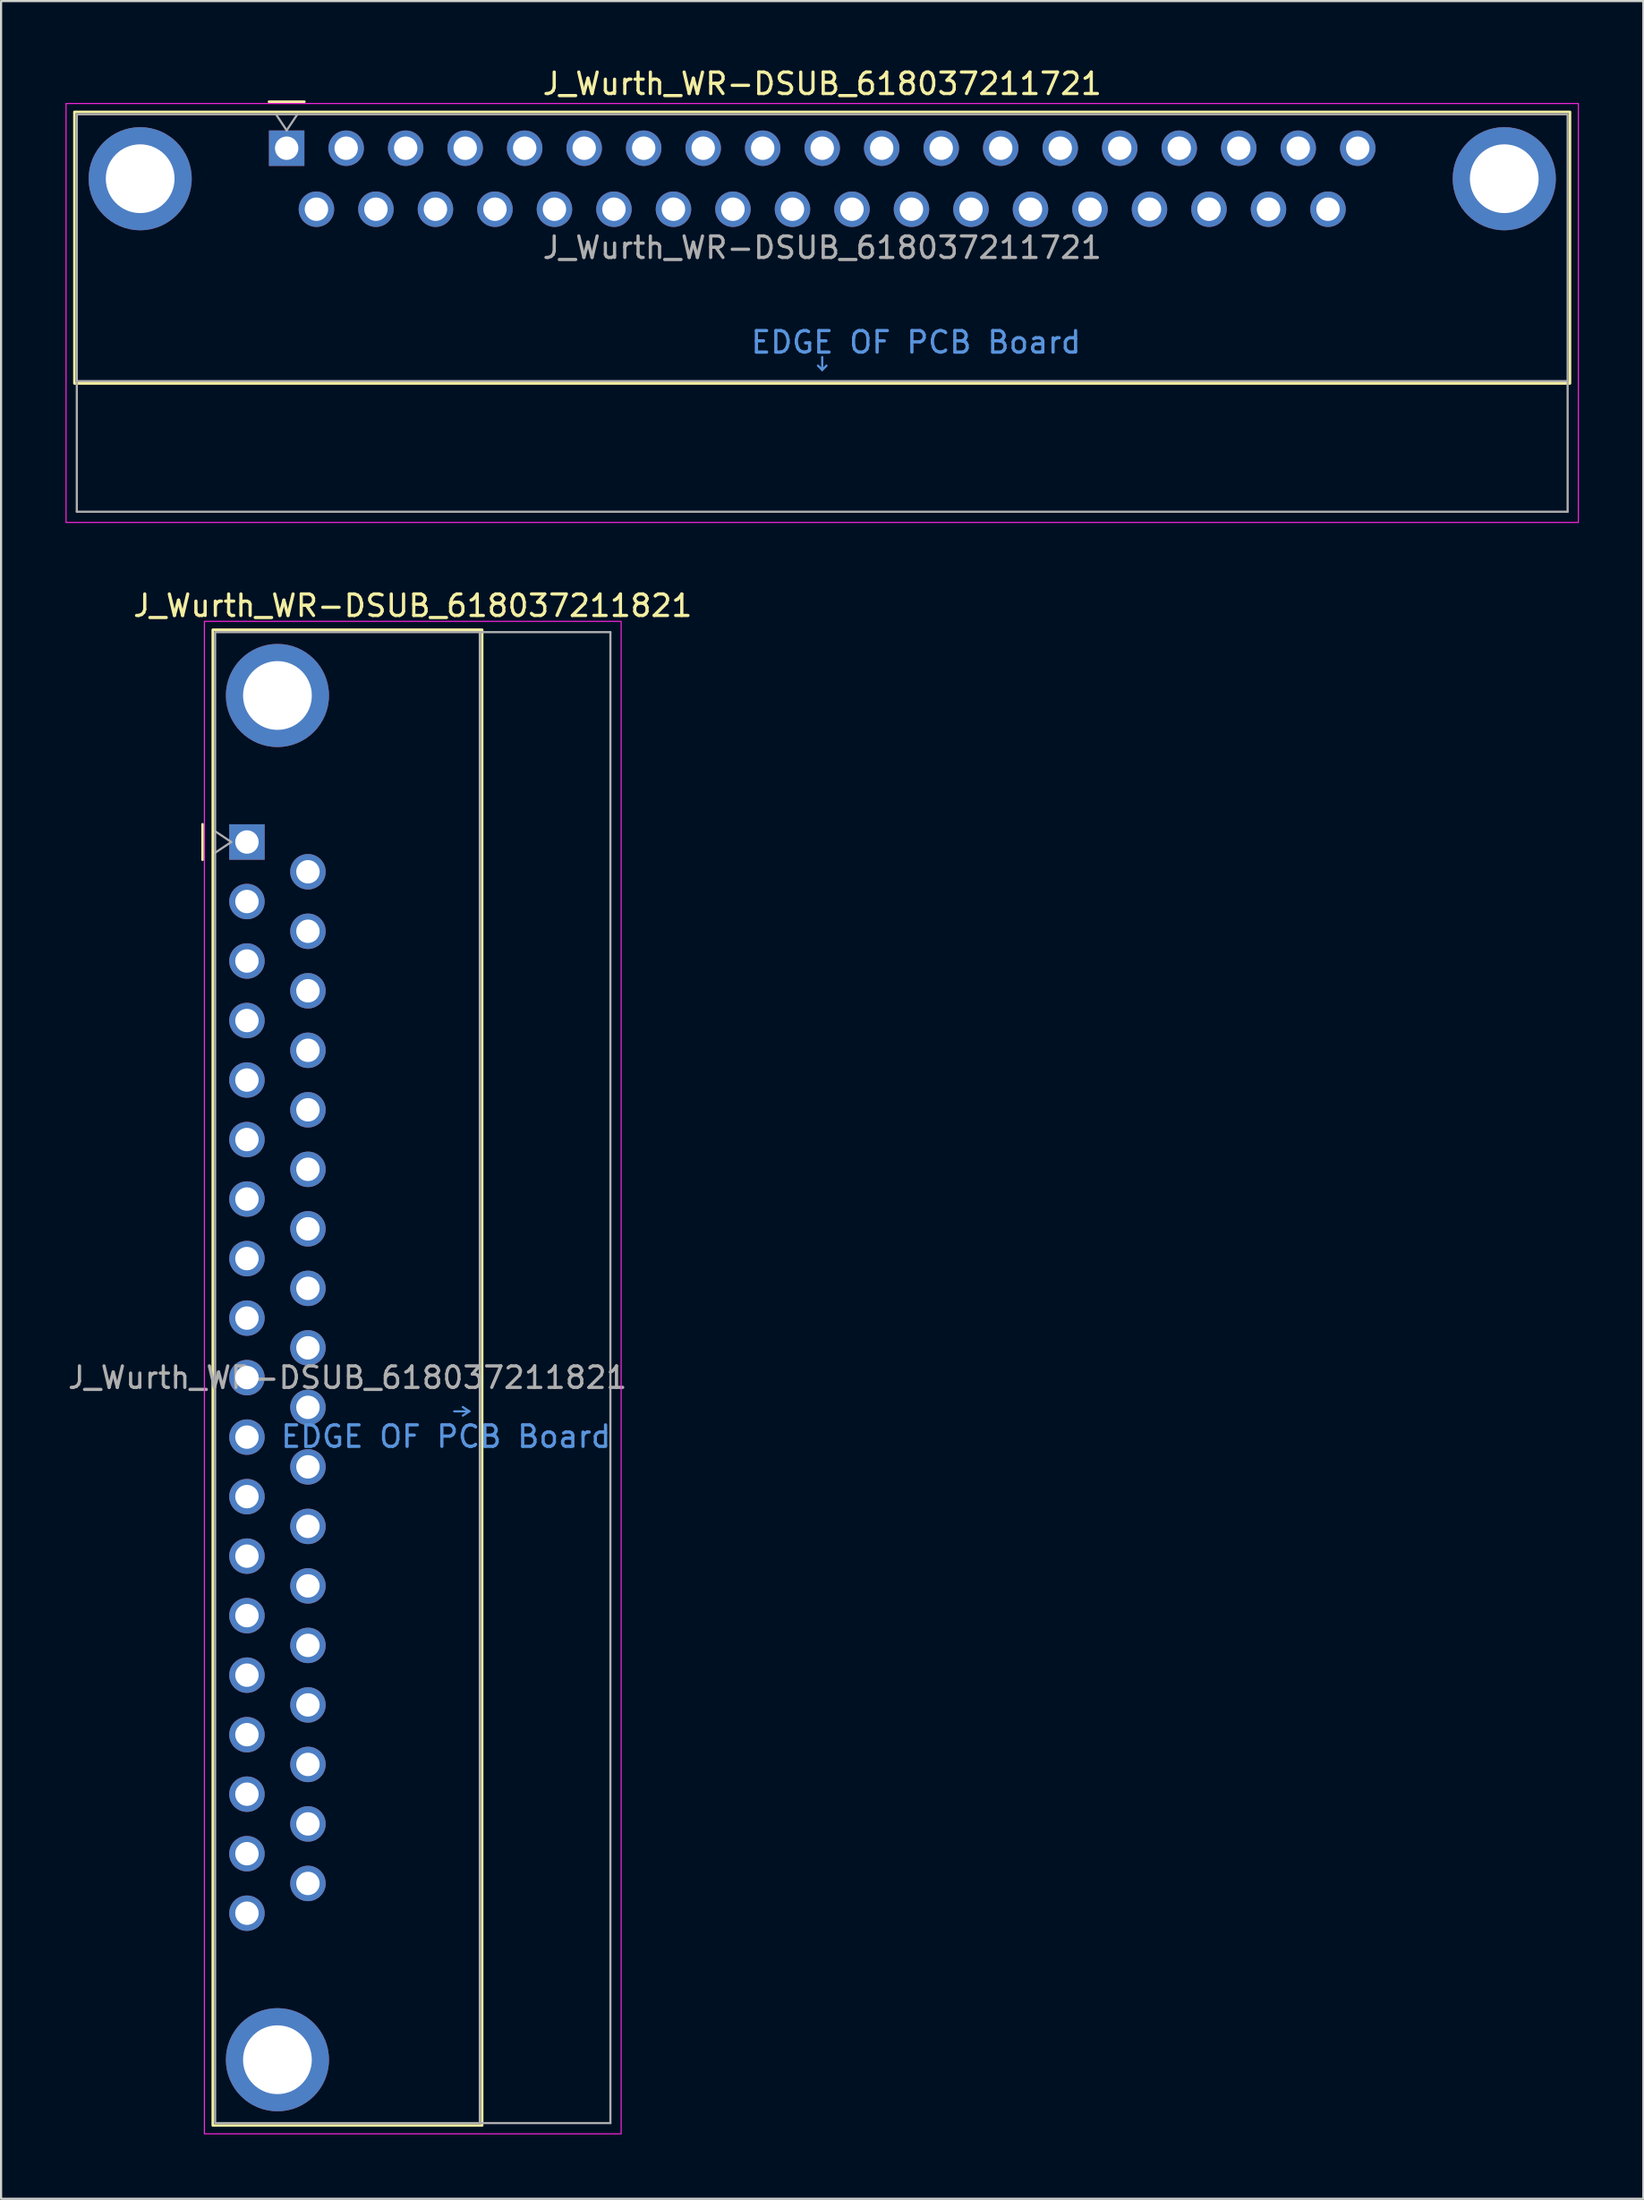
<source format=kicad_pcb>
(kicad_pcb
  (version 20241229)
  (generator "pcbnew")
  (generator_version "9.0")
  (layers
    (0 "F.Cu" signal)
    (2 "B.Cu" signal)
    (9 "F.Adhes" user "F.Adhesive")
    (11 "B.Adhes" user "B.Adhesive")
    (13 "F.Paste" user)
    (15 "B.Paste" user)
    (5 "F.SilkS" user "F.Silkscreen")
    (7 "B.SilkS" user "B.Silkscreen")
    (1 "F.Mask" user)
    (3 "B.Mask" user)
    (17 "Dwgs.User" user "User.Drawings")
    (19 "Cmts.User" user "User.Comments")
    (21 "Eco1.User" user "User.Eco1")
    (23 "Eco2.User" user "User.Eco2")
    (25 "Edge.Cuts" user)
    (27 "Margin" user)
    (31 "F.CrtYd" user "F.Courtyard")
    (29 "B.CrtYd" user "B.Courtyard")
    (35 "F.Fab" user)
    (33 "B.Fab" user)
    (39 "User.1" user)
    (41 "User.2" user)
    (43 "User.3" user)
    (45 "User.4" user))
  (footprint "J_Wurth_WR-DSUB_618037211821"
    (layer "F.Cu")
    (at 8.445 36.142)
    (property "Reference" "J_Wurth_WR-DSUB_618037211821" (at 7.72 -11 0) (unlocked yes) (layer "F.SilkS") (effects (font (size 1 1) (thickness 0.15))))
    (attr through_hole)
    (fp_line (start -2.065 -0.825) (end -2.065 0.825) (stroke (width 0.12) (type solid)) (layer "F.SilkS"))
    (fp_rect (start -1.59 -9.88) (end 10.95 59.74) (stroke (width 0.12) (type solid)) (fill no) (layer "F.SilkS"))
    (fp_line (start 9.65 26.5) (end 10.35 26.5) (stroke (width 0.1) (type solid)) (layer "Cmts.User"))
    (fp_line (start 10.35 26.5) (end 10.05 26.3) (stroke (width 0.1) (type solid)) (layer "Cmts.User"))
    (fp_line (start 10.35 26.5) (end 10.05 26.7) (stroke (width 0.1) (type solid)) (layer "Cmts.User"))
    (fp_rect (start -1.98 -10.27) (end 17.42 60.13) (stroke (width 0.05) (type solid)) (fill no) (layer "F.CrtYd"))
    (fp_line (start -0.73 0) (end -1.48 -0.5) (stroke (width 0.1) (type solid)) (layer "F.Fab"))
    (fp_line (start -0.73 0) (end -1.48 0.5) (stroke (width 0.1) (type solid)) (layer "F.Fab"))
    (fp_line (start 10.84 -9.77) (end 16.92 -9.77) (stroke (width 0.1) (type solid)) (layer "F.Fab"))
    (fp_line (start 16.92 -9.77) (end 16.92 59.63) (stroke (width 0.1) (type solid)) (layer "F.Fab"))
    (fp_line (start 16.92 59.63) (end 10.84 59.63) (stroke (width 0.1) (type solid)) (layer "F.Fab"))
    (fp_rect (start -1.48 -9.77) (end 10.84 59.63) (stroke (width 0.1) (type solid)) (fill no) (layer "F.Fab"))
    (fp_text user "EDGE OF PCB Board" (at 1.5 28.26 0) (unlocked yes) (layer "Cmts.User") (effects (font (size 1 1) (thickness 0.15)) (justify left bottom)))
    (fp_text user "${REFERENCE}" (at 4.68 24.93 0) (unlocked yes) (layer "F.Fab") (effects (font (size 1 1) (thickness 0.15))))
    (pad "1" thru_hole rect (at 0 0 90) (size 1.65 1.65) (drill 1.09) (layers "*.Cu" "*.Mask"))
    (pad "2" thru_hole circle (at 0 2.77 90) (size 1.65 1.65) (drill 1.09) (layers "*.Cu" "*.Mask"))
    (pad "3" thru_hole circle (at 0 5.54 90) (size 1.65 1.65) (drill 1.09) (layers "*.Cu" "*.Mask"))
    (pad "4" thru_hole circle (at 0 8.31 90) (size 1.65 1.65) (drill 1.09) (layers "*.Cu" "*.Mask"))
    (pad "5" thru_hole circle (at 0 11.08 90) (size 1.65 1.65) (drill 1.09) (layers "*.Cu" "*.Mask"))
    (pad "6" thru_hole circle (at 0 13.85 90) (size 1.65 1.65) (drill 1.09) (layers "*.Cu" "*.Mask"))
    (pad "7" thru_hole circle (at 0 16.62 90) (size 1.65 1.65) (drill 1.09) (layers "*.Cu" "*.Mask"))
    (pad "8" thru_hole circle (at 0 19.39 90) (size 1.65 1.65) (drill 1.09) (layers "*.Cu" "*.Mask"))
    (pad "9" thru_hole circle (at 0 22.16 90) (size 1.65 1.65) (drill 1.09) (layers "*.Cu" "*.Mask"))
    (pad "10" thru_hole circle (at 0 24.93 90) (size 1.65 1.65) (drill 1.09) (layers "*.Cu" "*.Mask"))
    (pad "11" thru_hole circle (at 0 27.7 90) (size 1.65 1.65) (drill 1.09) (layers "*.Cu" "*.Mask"))
    (pad "12" thru_hole circle (at 0 30.47 90) (size 1.65 1.65) (drill 1.09) (layers "*.Cu" "*.Mask"))
    (pad "13" thru_hole circle (at 0 33.24 90) (size 1.65 1.65) (drill 1.09) (layers "*.Cu" "*.Mask"))
    (pad "14" thru_hole circle (at 0 36.01 90) (size 1.65 1.65) (drill 1.09) (layers "*.Cu" "*.Mask"))
    (pad "15" thru_hole circle (at 0 38.78 90) (size 1.65 1.65) (drill 1.09) (layers "*.Cu" "*.Mask"))
    (pad "16" thru_hole circle (at 0 41.55 90) (size 1.65 1.65) (drill 1.09) (layers "*.Cu" "*.Mask"))
    (pad "17" thru_hole circle (at 0 44.32 90) (size 1.65 1.65) (drill 1.09) (layers "*.Cu" "*.Mask"))
    (pad "18" thru_hole circle (at 0 47.09 90) (size 1.65 1.65) (drill 1.09) (layers "*.Cu" "*.Mask"))
    (pad "19" thru_hole circle (at 0 49.86 90) (size 1.65 1.65) (drill 1.09) (layers "*.Cu" "*.Mask"))
    (pad "20" thru_hole circle (at 2.84 1.385 90) (size 1.65 1.65) (drill 1.09) (layers "*.Cu" "*.Mask"))
    (pad "21" thru_hole circle (at 2.84 4.155 90) (size 1.65 1.65) (drill 1.09) (layers "*.Cu" "*.Mask"))
    (pad "22" thru_hole circle (at 2.84 6.925 90) (size 1.65 1.65) (drill 1.09) (layers "*.Cu" "*.Mask"))
    (pad "23" thru_hole circle (at 2.84 9.695 90) (size 1.65 1.65) (drill 1.09) (layers "*.Cu" "*.Mask"))
    (pad "24" thru_hole circle (at 2.84 12.465 90) (size 1.65 1.65) (drill 1.09) (layers "*.Cu" "*.Mask"))
    (pad "25" thru_hole circle (at 2.84 15.235 90) (size 1.65 1.65) (drill 1.09) (layers "*.Cu" "*.Mask"))
    (pad "26" thru_hole circle (at 2.84 18.005 90) (size 1.65 1.65) (drill 1.09) (layers "*.Cu" "*.Mask"))
    (pad "27" thru_hole circle (at 2.84 20.775 90) (size 1.65 1.65) (drill 1.09) (layers "*.Cu" "*.Mask"))
    (pad "28" thru_hole circle (at 2.84 23.545 90) (size 1.65 1.65) (drill 1.09) (layers "*.Cu" "*.Mask"))
    (pad "29" thru_hole circle (at 2.84 26.315 90) (size 1.65 1.65) (drill 1.09) (layers "*.Cu" "*.Mask"))
    (pad "30" thru_hole circle (at 2.84 29.085 90) (size 1.65 1.65) (drill 1.09) (layers "*.Cu" "*.Mask"))
    (pad "31" thru_hole circle (at 2.84 31.855 90) (size 1.65 1.65) (drill 1.09) (layers "*.Cu" "*.Mask"))
    (pad "32" thru_hole circle (at 2.84 34.625 90) (size 1.65 1.65) (drill 1.09) (layers "*.Cu" "*.Mask"))
    (pad "33" thru_hole circle (at 2.84 37.395 90) (size 1.65 1.65) (drill 1.09) (layers "*.Cu" "*.Mask"))
    (pad "34" thru_hole circle (at 2.84 40.165 90) (size 1.65 1.65) (drill 1.09) (layers "*.Cu" "*.Mask"))
    (pad "35" thru_hole circle (at 2.84 42.935 90) (size 1.65 1.65) (drill 1.09) (layers "*.Cu" "*.Mask"))
    (pad "36" thru_hole circle (at 2.84 45.705 90) (size 1.65 1.65) (drill 1.09) (layers "*.Cu" "*.Mask"))
    (pad "37" thru_hole circle (at 2.84 48.475 90) (size 1.65 1.65) (drill 1.09) (layers "*.Cu" "*.Mask"))
    (pad "S1" thru_hole circle (at 1.42 56.68 90) (size 4.8 4.8) (drill 3.2) (layers "*.Cu" "*.Mask"))
    (pad "S2" thru_hole circle (at 1.42 -6.82 90) (size 4.8 4.8) (drill 3.2) (layers "*.Cu" "*.Mask")))
  (footprint "J_Wurth_WR-DSUB_618037211721"
    (layer "F.Cu")
    (at 10.295 3.848)
    (property "Reference" "J_Wurth_WR-DSUB_618037211721" (at 24.93 -3 0) (unlocked yes) (layer "F.SilkS") (effects (font (size 1 1) (thickness 0.15))))
    (attr through_hole)
    (fp_line (start 0.825 -2.165) (end -0.825 -2.165) (stroke (width 0.12) (type solid)) (layer "F.SilkS"))
    (fp_rect (start -9.88 -1.69) (end 59.74 10.95) (stroke (width 0.12) (type solid)) (fill no) (layer "F.SilkS"))
    (fp_line (start 24.93 9.72) (end 24.93 10.32) (stroke (width 0.1) (type solid)) (layer "Cmts.User"))
    (fp_line (start 24.93 10.32) (end 24.73 10.12) (stroke (width 0.1) (type solid)) (layer "Cmts.User"))
    (fp_line (start 24.93 10.32) (end 25.13 10.12) (stroke (width 0.1) (type solid)) (layer "Cmts.User"))
    (fp_rect (start -10.27 -2.08) (end 60.13 17.42) (stroke (width 0.05) (type solid)) (fill no) (layer "F.CrtYd"))
    (fp_line (start -9.77 10.84) (end -9.77 16.92) (stroke (width 0.1) (type solid)) (layer "F.Fab"))
    (fp_line (start 0 -0.83) (end -0.5 -1.58) (stroke (width 0.1) (type solid)) (layer "F.Fab"))
    (fp_line (start 0 -0.83) (end 0.5 -1.58) (stroke (width 0.1) (type solid)) (layer "F.Fab"))
    (fp_line (start 59.63 10.84) (end 59.63 16.92) (stroke (width 0.1) (type solid)) (layer "F.Fab"))
    (fp_line (start 59.63 16.92) (end -9.77 16.92) (stroke (width 0.1) (type solid)) (layer "F.Fab"))
    (fp_rect (start -9.77 -1.58) (end 59.63 10.84) (stroke (width 0.1) (type solid)) (fill no) (layer "F.Fab"))
    (fp_text user "EDGE OF PCB Board" (at 21.53 9.62 0) (unlocked yes) (layer "Cmts.User") (effects (font (size 1 1) (thickness 0.15)) (justify left bottom)))
    (fp_text user "${REFERENCE}" (at 24.93 4.63 0) (unlocked yes) (layer "F.Fab") (effects (font (size 1 1) (thickness 0.15))))
    (pad "1" thru_hole rect (at 0 0) (size 1.65 1.65) (drill 1.09) (layers "*.Cu" "*.Mask"))
    (pad "2" thru_hole circle (at 2.77 0) (size 1.65 1.65) (drill 1.09) (layers "*.Cu" "*.Mask"))
    (pad "3" thru_hole circle (at 5.54 0) (size 1.65 1.65) (drill 1.09) (layers "*.Cu" "*.Mask"))
    (pad "4" thru_hole circle (at 8.31 0) (size 1.65 1.65) (drill 1.09) (layers "*.Cu" "*.Mask"))
    (pad "5" thru_hole circle (at 11.08 0) (size 1.65 1.65) (drill 1.09) (layers "*.Cu" "*.Mask"))
    (pad "6" thru_hole circle (at 13.85 0) (size 1.65 1.65) (drill 1.09) (layers "*.Cu" "*.Mask"))
    (pad "7" thru_hole circle (at 16.62 0) (size 1.65 1.65) (drill 1.09) (layers "*.Cu" "*.Mask"))
    (pad "8" thru_hole circle (at 19.39 0) (size 1.65 1.65) (drill 1.09) (layers "*.Cu" "*.Mask"))
    (pad "9" thru_hole circle (at 22.16 0) (size 1.65 1.65) (drill 1.09) (layers "*.Cu" "*.Mask"))
    (pad "10" thru_hole circle (at 24.93 0) (size 1.65 1.65) (drill 1.09) (layers "*.Cu" "*.Mask"))
    (pad "11" thru_hole circle (at 27.7 0) (size 1.65 1.65) (drill 1.09) (layers "*.Cu" "*.Mask"))
    (pad "12" thru_hole circle (at 30.47 0) (size 1.65 1.65) (drill 1.09) (layers "*.Cu" "*.Mask"))
    (pad "13" thru_hole circle (at 33.24 0) (size 1.65 1.65) (drill 1.09) (layers "*.Cu" "*.Mask"))
    (pad "14" thru_hole circle (at 36.01 0) (size 1.65 1.65) (drill 1.09) (layers "*.Cu" "*.Mask"))
    (pad "15" thru_hole circle (at 38.78 0) (size 1.65 1.65) (drill 1.09) (layers "*.Cu" "*.Mask"))
    (pad "16" thru_hole circle (at 41.55 0) (size 1.65 1.65) (drill 1.09) (layers "*.Cu" "*.Mask"))
    (pad "17" thru_hole circle (at 44.32 0) (size 1.65 1.65) (drill 1.09) (layers "*.Cu" "*.Mask"))
    (pad "18" thru_hole circle (at 47.09 0) (size 1.65 1.65) (drill 1.09) (layers "*.Cu" "*.Mask"))
    (pad "19" thru_hole circle (at 49.86 0) (size 1.65 1.65) (drill 1.09) (layers "*.Cu" "*.Mask"))
    (pad "20" thru_hole circle (at 1.385 2.84) (size 1.65 1.65) (drill 1.09) (layers "*.Cu" "*.Mask"))
    (pad "21" thru_hole circle (at 4.155 2.84) (size 1.65 1.65) (drill 1.09) (layers "*.Cu" "*.Mask"))
    (pad "22" thru_hole circle (at 6.925 2.84) (size 1.65 1.65) (drill 1.09) (layers "*.Cu" "*.Mask"))
    (pad "23" thru_hole circle (at 9.695 2.84) (size 1.65 1.65) (drill 1.09) (layers "*.Cu" "*.Mask"))
    (pad "24" thru_hole circle (at 12.465 2.84) (size 1.65 1.65) (drill 1.09) (layers "*.Cu" "*.Mask"))
    (pad "25" thru_hole circle (at 15.235 2.84) (size 1.65 1.65) (drill 1.09) (layers "*.Cu" "*.Mask"))
    (pad "26" thru_hole circle (at 18.005 2.84) (size 1.65 1.65) (drill 1.09) (layers "*.Cu" "*.Mask"))
    (pad "27" thru_hole circle (at 20.775 2.84) (size 1.65 1.65) (drill 1.09) (layers "*.Cu" "*.Mask"))
    (pad "28" thru_hole circle (at 23.545 2.84) (size 1.65 1.65) (drill 1.09) (layers "*.Cu" "*.Mask"))
    (pad "29" thru_hole circle (at 26.315 2.84) (size 1.65 1.65) (drill 1.09) (layers "*.Cu" "*.Mask"))
    (pad "30" thru_hole circle (at 29.085 2.84) (size 1.65 1.65) (drill 1.09) (layers "*.Cu" "*.Mask"))
    (pad "31" thru_hole circle (at 31.855 2.84) (size 1.65 1.65) (drill 1.09) (layers "*.Cu" "*.Mask"))
    (pad "32" thru_hole circle (at 34.625 2.84) (size 1.65 1.65) (drill 1.09) (layers "*.Cu" "*.Mask"))
    (pad "33" thru_hole circle (at 37.395 2.84) (size 1.65 1.65) (drill 1.09) (layers "*.Cu" "*.Mask"))
    (pad "34" thru_hole circle (at 40.165 2.84) (size 1.65 1.65) (drill 1.09) (layers "*.Cu" "*.Mask"))
    (pad "35" thru_hole circle (at 42.935 2.84) (size 1.65 1.65) (drill 1.09) (layers "*.Cu" "*.Mask"))
    (pad "36" thru_hole circle (at 45.705 2.84) (size 1.65 1.65) (drill 1.09) (layers "*.Cu" "*.Mask"))
    (pad "37" thru_hole circle (at 48.475 2.84) (size 1.65 1.65) (drill 1.09) (layers "*.Cu" "*.Mask"))
    (pad "S1" thru_hole circle (at -6.82 1.42) (size 4.8 4.8) (drill 3.2) (layers "*.Cu" "*.Mask"))
    (pad "S2" thru_hole circle (at 56.68 1.42) (size 4.8 4.8) (drill 3.2) (layers "*.Cu" "*.Mask")))
  (gr_rect
    (start -3 -3)
    (end 73.45 99.296)
    (stroke (width 0.1) (type default))
    (fill no)
    (layer "Edge.Cuts")))
</source>
